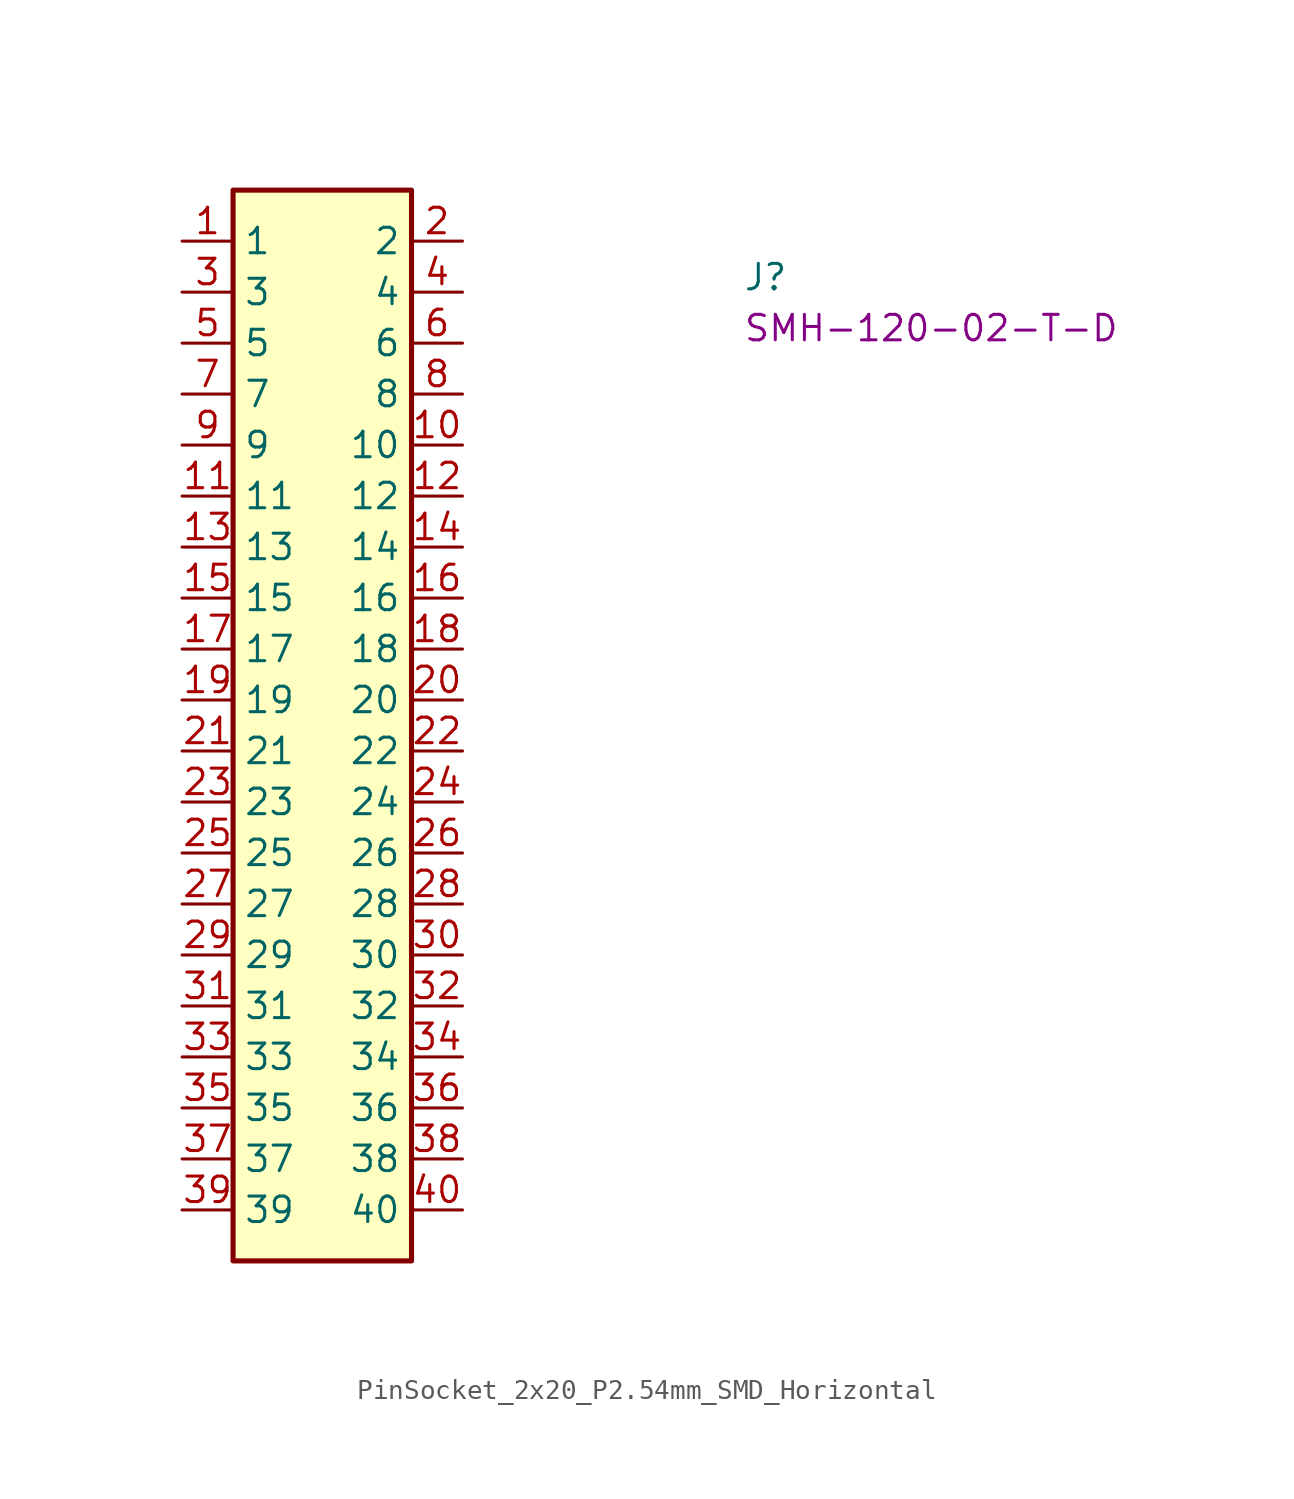
<source format=kicad_sym>
(kicad_symbol_lib
  (version 20220914)
  (generator kicad_symbol_editor)
  (symbol "PinSocket_2x20_P2.54mm_SMD_Horizontal"
    (property "Reference" "J"
      (at 27.94 -2.54 0)
      (effects (font (size 1.27 1.27) (thickness 0.15)) (justify left bottom)))
    (property "MPN" "SMH-120-02-T-D"
      (at 27.94 -5.08 0)
      (effects (font (size 1.27 1.27) (thickness 0.15)) (justify left bottom)))
    (symbol "PinSocket_2x20_P2.54mm_SMD_Horizontal_1_1"
      (rectangle (start 2.54 2.54) (end 11.43 -50.8) (stroke (width 0.254) (type default)) (fill (type background)))
      (pin passive line (at 0 0 0) (length 2.54) (name "1" (effects (font (size 1.27 1.27)))) (number "1" (effects (font (size 1.27 1.27)))))
      (pin passive line (at 13.97 -10.16 180) (length 2.54) (name "10" (effects (font (size 1.27 1.27)))) (number "10" (effects (font (size 1.27 1.27)))))
      (pin passive line (at 0 -12.7 0) (length 2.54) (name "11" (effects (font (size 1.27 1.27)))) (number "11" (effects (font (size 1.27 1.27)))))
      (pin passive line (at 13.97 -12.7 180) (length 2.54) (name "12" (effects (font (size 1.27 1.27)))) (number "12" (effects (font (size 1.27 1.27)))))
      (pin passive line (at 0 -15.24 0) (length 2.54) (name "13" (effects (font (size 1.27 1.27)))) (number "13" (effects (font (size 1.27 1.27)))))
      (pin passive line (at 13.97 -15.24 180) (length 2.54) (name "14" (effects (font (size 1.27 1.27)))) (number "14" (effects (font (size 1.27 1.27)))))
      (pin passive line (at 0 -17.78 0) (length 2.54) (name "15" (effects (font (size 1.27 1.27)))) (number "15" (effects (font (size 1.27 1.27)))))
      (pin passive line (at 13.97 -17.78 180) (length 2.54) (name "16" (effects (font (size 1.27 1.27)))) (number "16" (effects (font (size 1.27 1.27)))))
      (pin passive line (at 0 -20.32 0) (length 2.54) (name "17" (effects (font (size 1.27 1.27)))) (number "17" (effects (font (size 1.27 1.27)))))
      (pin passive line (at 13.97 -20.32 180) (length 2.54) (name "18" (effects (font (size 1.27 1.27)))) (number "18" (effects (font (size 1.27 1.27)))))
      (pin passive line (at 0 -22.86 0) (length 2.54) (name "19" (effects (font (size 1.27 1.27)))) (number "19" (effects (font (size 1.27 1.27)))))
      (pin passive line (at 13.97 0 180) (length 2.54) (name "2" (effects (font (size 1.27 1.27)))) (number "2" (effects (font (size 1.27 1.27)))))
      (pin passive line (at 13.97 -22.86 180) (length 2.54) (name "20" (effects (font (size 1.27 1.27)))) (number "20" (effects (font (size 1.27 1.27)))))
      (pin passive line (at 0 -25.4 0) (length 2.54) (name "21" (effects (font (size 1.27 1.27)))) (number "21" (effects (font (size 1.27 1.27)))))
      (pin passive line (at 13.97 -25.4 180) (length 2.54) (name "22" (effects (font (size 1.27 1.27)))) (number "22" (effects (font (size 1.27 1.27)))))
      (pin passive line (at 0 -27.94 0) (length 2.54) (name "23" (effects (font (size 1.27 1.27)))) (number "23" (effects (font (size 1.27 1.27)))))
      (pin passive line (at 13.97 -27.94 180) (length 2.54) (name "24" (effects (font (size 1.27 1.27)))) (number "24" (effects (font (size 1.27 1.27)))))
      (pin passive line (at 0 -30.48 0) (length 2.54) (name "25" (effects (font (size 1.27 1.27)))) (number "25" (effects (font (size 1.27 1.27)))))
      (pin passive line (at 13.97 -30.48 180) (length 2.54) (name "26" (effects (font (size 1.27 1.27)))) (number "26" (effects (font (size 1.27 1.27)))))
      (pin passive line (at 0 -33.02 0) (length 2.54) (name "27" (effects (font (size 1.27 1.27)))) (number "27" (effects (font (size 1.27 1.27)))))
      (pin passive line (at 13.97 -33.02 180) (length 2.54) (name "28" (effects (font (size 1.27 1.27)))) (number "28" (effects (font (size 1.27 1.27)))))
      (pin passive line (at 0 -35.56 0) (length 2.54) (name "29" (effects (font (size 1.27 1.27)))) (number "29" (effects (font (size 1.27 1.27)))))
      (pin passive line (at 0 -2.54 0) (length 2.54) (name "3" (effects (font (size 1.27 1.27)))) (number "3" (effects (font (size 1.27 1.27)))))
      (pin passive line (at 13.97 -35.56 180) (length 2.54) (name "30" (effects (font (size 1.27 1.27)))) (number "30" (effects (font (size 1.27 1.27)))))
      (pin passive line (at 0 -38.1 0) (length 2.54) (name "31" (effects (font (size 1.27 1.27)))) (number "31" (effects (font (size 1.27 1.27)))))
      (pin passive line (at 13.97 -38.1 180) (length 2.54) (name "32" (effects (font (size 1.27 1.27)))) (number "32" (effects (font (size 1.27 1.27)))))
      (pin passive line (at 0 -40.64 0) (length 2.54) (name "33" (effects (font (size 1.27 1.27)))) (number "33" (effects (font (size 1.27 1.27)))))
      (pin passive line (at 13.97 -40.64 180) (length 2.54) (name "34" (effects (font (size 1.27 1.27)))) (number "34" (effects (font (size 1.27 1.27)))))
      (pin passive line (at 0 -43.18 0) (length 2.54) (name "35" (effects (font (size 1.27 1.27)))) (number "35" (effects (font (size 1.27 1.27)))))
      (pin passive line (at 13.97 -43.18 180) (length 2.54) (name "36" (effects (font (size 1.27 1.27)))) (number "36" (effects (font (size 1.27 1.27)))))
      (pin passive line (at 0 -45.72 0) (length 2.54) (name "37" (effects (font (size 1.27 1.27)))) (number "37" (effects (font (size 1.27 1.27)))))
      (pin passive line (at 13.97 -45.72 180) (length 2.54) (name "38" (effects (font (size 1.27 1.27)))) (number "38" (effects (font (size 1.27 1.27)))))
      (pin passive line (at 0 -48.26 0) (length 2.54) (name "39" (effects (font (size 1.27 1.27)))) (number "39" (effects (font (size 1.27 1.27)))))
      (pin passive line (at 13.97 -2.54 180) (length 2.54) (name "4" (effects (font (size 1.27 1.27)))) (number "4" (effects (font (size 1.27 1.27)))))
      (pin passive line (at 13.97 -48.26 180) (length 2.54) (name "40" (effects (font (size 1.27 1.27)))) (number "40" (effects (font (size 1.27 1.27)))))
      (pin passive line (at 0 -5.08 0) (length 2.54) (name "5" (effects (font (size 1.27 1.27)))) (number "5" (effects (font (size 1.27 1.27)))))
      (pin passive line (at 13.97 -5.08 180) (length 2.54) (name "6" (effects (font (size 1.27 1.27)))) (number "6" (effects (font (size 1.27 1.27)))))
      (pin passive line (at 0 -7.62 0) (length 2.54) (name "7" (effects (font (size 1.27 1.27)))) (number "7" (effects (font (size 1.27 1.27)))))
      (pin passive line (at 13.97 -7.62 180) (length 2.54) (name "8" (effects (font (size 1.27 1.27)))) (number "8" (effects (font (size 1.27 1.27)))))
      (pin passive line (at 0 -10.16 0) (length 2.54) (name "9" (effects (font (size 1.27 1.27)))) (number "9" (effects (font (size 1.27 1.27))))))))
</source>
